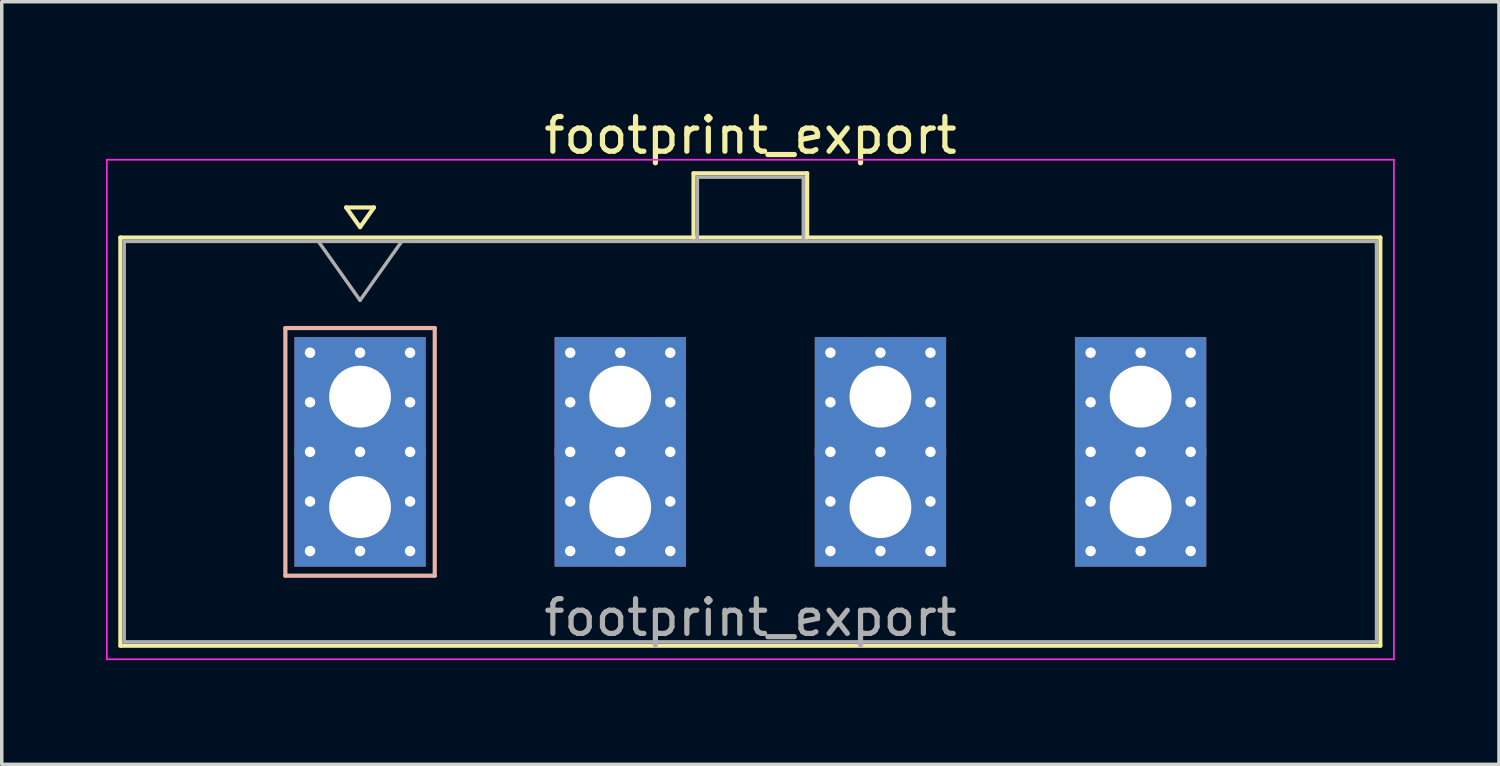
<source format=kicad_pcb>
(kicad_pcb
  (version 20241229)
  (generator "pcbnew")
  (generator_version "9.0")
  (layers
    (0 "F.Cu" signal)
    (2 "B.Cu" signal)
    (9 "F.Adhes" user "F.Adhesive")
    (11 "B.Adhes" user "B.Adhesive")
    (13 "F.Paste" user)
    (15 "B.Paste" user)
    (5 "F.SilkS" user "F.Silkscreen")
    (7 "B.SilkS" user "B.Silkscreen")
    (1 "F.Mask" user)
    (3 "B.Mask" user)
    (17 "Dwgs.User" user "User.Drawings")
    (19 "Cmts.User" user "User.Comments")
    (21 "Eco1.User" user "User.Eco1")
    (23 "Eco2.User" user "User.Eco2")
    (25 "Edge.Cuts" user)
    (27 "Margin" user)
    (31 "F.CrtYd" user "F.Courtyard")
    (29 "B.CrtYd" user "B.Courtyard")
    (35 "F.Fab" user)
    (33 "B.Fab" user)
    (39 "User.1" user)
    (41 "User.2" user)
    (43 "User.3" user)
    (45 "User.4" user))
  (footprint "footprint_export"
    (layer "F.Cu")
    (at 7.315 11.548)
    (property "Reference" "footprint_export" (at 11.24 -10.7 0) (layer "F.SilkS") (effects (font (size 1 1) (thickness 0.15))))
    (attr through_hole)
    (fp_line (start -6.9 -7.76) (end -6.9 3.99) (stroke (width 0.12) (type solid)) (layer "F.SilkS"))
    (fp_line (start -6.9 3.99) (end 29.37 3.99) (stroke (width 0.12) (type solid)) (layer "F.SilkS"))
    (fp_line (start -0.4 -8.626) (end 0 -8.06) (stroke (width 0.12) (type solid)) (layer "F.SilkS"))
    (fp_line (start 0 -8.06) (end 0.4 -8.626) (stroke (width 0.12) (type solid)) (layer "F.SilkS"))
    (fp_line (start 0.4 -8.626) (end -0.4 -8.626) (stroke (width 0.12) (type solid)) (layer "F.SilkS"))
    (fp_line (start 9.6 -9.61) (end 12.87 -9.61) (stroke (width 0.12) (type solid)) (layer "F.SilkS"))
    (fp_line (start 9.6 -7.76) (end 9.6 -9.61) (stroke (width 0.12) (type solid)) (layer "F.SilkS"))
    (fp_line (start 12.87 -9.61) (end 12.87 -7.76) (stroke (width 0.12) (type solid)) (layer "F.SilkS"))
    (fp_line (start 29.37 -7.76) (end -6.9 -7.76) (stroke (width 0.12) (type solid)) (layer "F.SilkS"))
    (fp_line (start 29.37 3.99) (end 29.37 -7.76) (stroke (width 0.12) (type solid)) (layer "F.SilkS"))
    (fp_line (start -2.15 -5.155) (end -2.15 1.975) (stroke (width 0.12) (type solid)) (layer "B.SilkS"))
    (fp_line (start -2.15 1.975) (end 2.15 1.975) (stroke (width 0.12) (type solid)) (layer "B.SilkS"))
    (fp_line (start 2.15 -5.155) (end -2.15 -5.155) (stroke (width 0.12) (type solid)) (layer "B.SilkS"))
    (fp_line (start 2.15 1.975) (end 2.15 -5.155) (stroke (width 0.12) (type solid)) (layer "B.SilkS"))
    (fp_line (start -7.29 -10) (end -7.29 4.38) (stroke (width 0.05) (type solid)) (layer "F.CrtYd"))
    (fp_line (start -7.29 4.38) (end 29.76 4.38) (stroke (width 0.05) (type solid)) (layer "F.CrtYd"))
    (fp_line (start 29.76 -10) (end -7.29 -10) (stroke (width 0.05) (type solid)) (layer "F.CrtYd"))
    (fp_line (start 29.76 4.38) (end 29.76 -10) (stroke (width 0.05) (type solid)) (layer "F.CrtYd"))
    (fp_line (start -6.79 -7.65) (end -6.79 3.88) (stroke (width 0.1) (type solid)) (layer "F.Fab"))
    (fp_line (start -6.79 3.88) (end 29.26 3.88) (stroke (width 0.1) (type solid)) (layer "F.Fab"))
    (fp_line (start -1.2 -7.65) (end 0 -5.953) (stroke (width 0.1) (type solid)) (layer "F.Fab"))
    (fp_line (start 0 -5.953) (end 1.2 -7.65) (stroke (width 0.1) (type solid)) (layer "F.Fab"))
    (fp_line (start 9.71 -9.5) (end 12.76 -9.5) (stroke (width 0.1) (type solid)) (layer "F.Fab"))
    (fp_line (start 9.71 -7.65) (end 9.71 -9.5) (stroke (width 0.1) (type solid)) (layer "F.Fab"))
    (fp_line (start 12.76 -9.5) (end 12.76 -7.65) (stroke (width 0.1) (type solid)) (layer "F.Fab"))
    (fp_line (start 29.26 -7.65) (end -6.79 -7.65) (stroke (width 0.1) (type solid)) (layer "F.Fab"))
    (fp_line (start 29.26 3.88) (end 29.26 -7.65) (stroke (width 0.1) (type solid)) (layer "F.Fab"))
    (fp_text user "${REFERENCE}" (at 11.24 3.18 0) (layer "F.Fab") (effects (font (size 1 1) (thickness 0.15))))
    (pad "1" thru_hole rect (at -1.44 -4.445) (size 0.6 0.6) (drill 0.3) (layers "*.Cu" "*.Mask"))
    (pad "1" thru_hole rect (at -1.44 -3.018) (size 0.6 0.6) (drill 0.3) (layers "*.Cu" "*.Mask"))
    (pad "1" thru_hole rect (at -1.44 -1.59) (size 0.6 0.6) (drill 0.3) (layers "*.Cu" "*.Mask"))
    (pad "1" thru_hole rect (at -1.44 -0.163) (size 0.6 0.6) (drill 0.3) (layers "*.Cu" "*.Mask"))
    (pad "1" thru_hole rect (at -1.44 1.265) (size 0.6 0.6) (drill 0.3) (layers "*.Cu" "*.Mask"))
    (pad "1" thru_hole rect (at 0 -4.445) (size 0.6 0.6) (drill 0.3) (layers "*.Cu" "*.Mask"))
    (pad "1" thru_hole rect (at 0 -3.18) (size 3.78 3.43) (drill 1.78) (layers "*.Cu" "*.Mask"))
    (pad "1" thru_hole rect (at 0 -1.59) (size 0.6 0.6) (drill 0.3) (layers "*.Cu" "*.Mask"))
    (pad "1" thru_hole rect (at 0 0) (size 3.78 3.43) (drill 1.78) (layers "*.Cu" "*.Mask"))
    (pad "1" thru_hole rect (at 0 1.265) (size 0.6 0.6) (drill 0.3) (layers "*.Cu" "*.Mask"))
    (pad "1" thru_hole rect (at 1.44 -4.445) (size 0.6 0.6) (drill 0.3) (layers "*.Cu" "*.Mask"))
    (pad "1" thru_hole rect (at 1.44 -3.018) (size 0.6 0.6) (drill 0.3) (layers "*.Cu" "*.Mask"))
    (pad "1" thru_hole rect (at 1.44 -1.59) (size 0.6 0.6) (drill 0.3) (layers "*.Cu" "*.Mask"))
    (pad "1" thru_hole rect (at 1.44 -0.163) (size 0.6 0.6) (drill 0.3) (layers "*.Cu" "*.Mask"))
    (pad "1" thru_hole rect (at 1.44 1.265) (size 0.6 0.6) (drill 0.3) (layers "*.Cu" "*.Mask"))
    (pad "2" thru_hole circle (at 6.05 -4.445) (size 0.6 0.6) (drill 0.3) (layers "*.Cu" "*.Mask"))
    (pad "2" thru_hole circle (at 6.05 -3.018) (size 0.6 0.6) (drill 0.3) (layers "*.Cu" "*.Mask"))
    (pad "2" thru_hole circle (at 6.05 -1.59) (size 0.6 0.6) (drill 0.3) (layers "*.Cu" "*.Mask"))
    (pad "2" thru_hole circle (at 6.05 -0.163) (size 0.6 0.6) (drill 0.3) (layers "*.Cu" "*.Mask"))
    (pad "2" thru_hole circle (at 6.05 1.265) (size 0.6 0.6) (drill 0.3) (layers "*.Cu" "*.Mask"))
    (pad "2" thru_hole circle (at 7.49 -4.445) (size 0.6 0.6) (drill 0.3) (layers "*.Cu" "*.Mask"))
    (pad "2" thru_hole rect (at 7.49 -3.18) (size 3.78 3.43) (drill 1.78) (layers "*.Cu" "*.Mask"))
    (pad "2" thru_hole circle (at 7.49 -1.59) (size 0.6 0.6) (drill 0.3) (layers "*.Cu" "*.Mask"))
    (pad "2" thru_hole rect (at 7.49 0) (size 3.78 3.43) (drill 1.78) (layers "*.Cu" "*.Mask"))
    (pad "2" thru_hole circle (at 7.49 1.265) (size 0.6 0.6) (drill 0.3) (layers "*.Cu" "*.Mask"))
    (pad "2" thru_hole circle (at 8.93 -4.445) (size 0.6 0.6) (drill 0.3) (layers "*.Cu" "*.Mask"))
    (pad "2" thru_hole circle (at 8.93 -3.018) (size 0.6 0.6) (drill 0.3) (layers "*.Cu" "*.Mask"))
    (pad "2" thru_hole circle (at 8.93 -1.59) (size 0.6 0.6) (drill 0.3) (layers "*.Cu" "*.Mask"))
    (pad "2" thru_hole circle (at 8.93 -0.163) (size 0.6 0.6) (drill 0.3) (layers "*.Cu" "*.Mask"))
    (pad "2" thru_hole circle (at 8.93 1.265) (size 0.6 0.6) (drill 0.3) (layers "*.Cu" "*.Mask"))
    (pad "3" thru_hole circle (at 13.54 -4.445) (size 0.6 0.6) (drill 0.3) (layers "*.Cu" "*.Mask"))
    (pad "3" thru_hole circle (at 13.54 -3.018) (size 0.6 0.6) (drill 0.3) (layers "*.Cu" "*.Mask"))
    (pad "3" thru_hole circle (at 13.54 -1.59) (size 0.6 0.6) (drill 0.3) (layers "*.Cu" "*.Mask"))
    (pad "3" thru_hole circle (at 13.54 -0.163) (size 0.6 0.6) (drill 0.3) (layers "*.Cu" "*.Mask"))
    (pad "3" thru_hole circle (at 13.54 1.265) (size 0.6 0.6) (drill 0.3) (layers "*.Cu" "*.Mask"))
    (pad "3" thru_hole circle (at 14.98 -4.445) (size 0.6 0.6) (drill 0.3) (layers "*.Cu" "*.Mask"))
    (pad "3" thru_hole rect (at 14.98 -3.18) (size 3.78 3.43) (drill 1.78) (layers "*.Cu" "*.Mask"))
    (pad "3" thru_hole circle (at 14.98 -1.59) (size 0.6 0.6) (drill 0.3) (layers "*.Cu" "*.Mask"))
    (pad "3" thru_hole rect (at 14.98 0) (size 3.78 3.43) (drill 1.78) (layers "*.Cu" "*.Mask"))
    (pad "3" thru_hole circle (at 14.98 1.265) (size 0.6 0.6) (drill 0.3) (layers "*.Cu" "*.Mask"))
    (pad "3" thru_hole circle (at 16.42 -4.445) (size 0.6 0.6) (drill 0.3) (layers "*.Cu" "*.Mask"))
    (pad "3" thru_hole circle (at 16.42 -3.018) (size 0.6 0.6) (drill 0.3) (layers "*.Cu" "*.Mask"))
    (pad "3" thru_hole circle (at 16.42 -1.59) (size 0.6 0.6) (drill 0.3) (layers "*.Cu" "*.Mask"))
    (pad "3" thru_hole circle (at 16.42 -0.163) (size 0.6 0.6) (drill 0.3) (layers "*.Cu" "*.Mask"))
    (pad "3" thru_hole circle (at 16.42 1.265) (size 0.6 0.6) (drill 0.3) (layers "*.Cu" "*.Mask"))
    (pad "4" thru_hole circle (at 21.03 -4.445) (size 0.6 0.6) (drill 0.3) (layers "*.Cu" "*.Mask"))
    (pad "4" thru_hole circle (at 21.03 -3.018) (size 0.6 0.6) (drill 0.3) (layers "*.Cu" "*.Mask"))
    (pad "4" thru_hole circle (at 21.03 -1.59) (size 0.6 0.6) (drill 0.3) (layers "*.Cu" "*.Mask"))
    (pad "4" thru_hole circle (at 21.03 -0.163) (size 0.6 0.6) (drill 0.3) (layers "*.Cu" "*.Mask"))
    (pad "4" thru_hole circle (at 21.03 1.265) (size 0.6 0.6) (drill 0.3) (layers "*.Cu" "*.Mask"))
    (pad "4" thru_hole circle (at 22.47 -4.445) (size 0.6 0.6) (drill 0.3) (layers "*.Cu" "*.Mask"))
    (pad "4" thru_hole rect (at 22.47 -3.18) (size 3.78 3.43) (drill 1.78) (layers "*.Cu" "*.Mask"))
    (pad "4" thru_hole circle (at 22.47 -1.59) (size 0.6 0.6) (drill 0.3) (layers "*.Cu" "*.Mask"))
    (pad "4" thru_hole rect (at 22.47 0) (size 3.78 3.43) (drill 1.78) (layers "*.Cu" "*.Mask"))
    (pad "4" thru_hole circle (at 22.47 1.265) (size 0.6 0.6) (drill 0.3) (layers "*.Cu" "*.Mask"))
    (pad "4" thru_hole circle (at 23.91 -4.445) (size 0.6 0.6) (drill 0.3) (layers "*.Cu" "*.Mask"))
    (pad "4" thru_hole circle (at 23.91 -3.018) (size 0.6 0.6) (drill 0.3) (layers "*.Cu" "*.Mask"))
    (pad "4" thru_hole circle (at 23.91 -1.59) (size 0.6 0.6) (drill 0.3) (layers "*.Cu" "*.Mask"))
    (pad "4" thru_hole circle (at 23.91 -0.163) (size 0.6 0.6) (drill 0.3) (layers "*.Cu" "*.Mask"))
    (pad "4" thru_hole circle (at 23.91 1.265) (size 0.6 0.6) (drill 0.3) (layers "*.Cu" "*.Mask")))
  (gr_rect
    (start -3 -3)
    (end 40.1 18.953)
    (stroke (width 0.1) (type default))
    (fill no)
    (layer "Edge.Cuts")))
</source>
